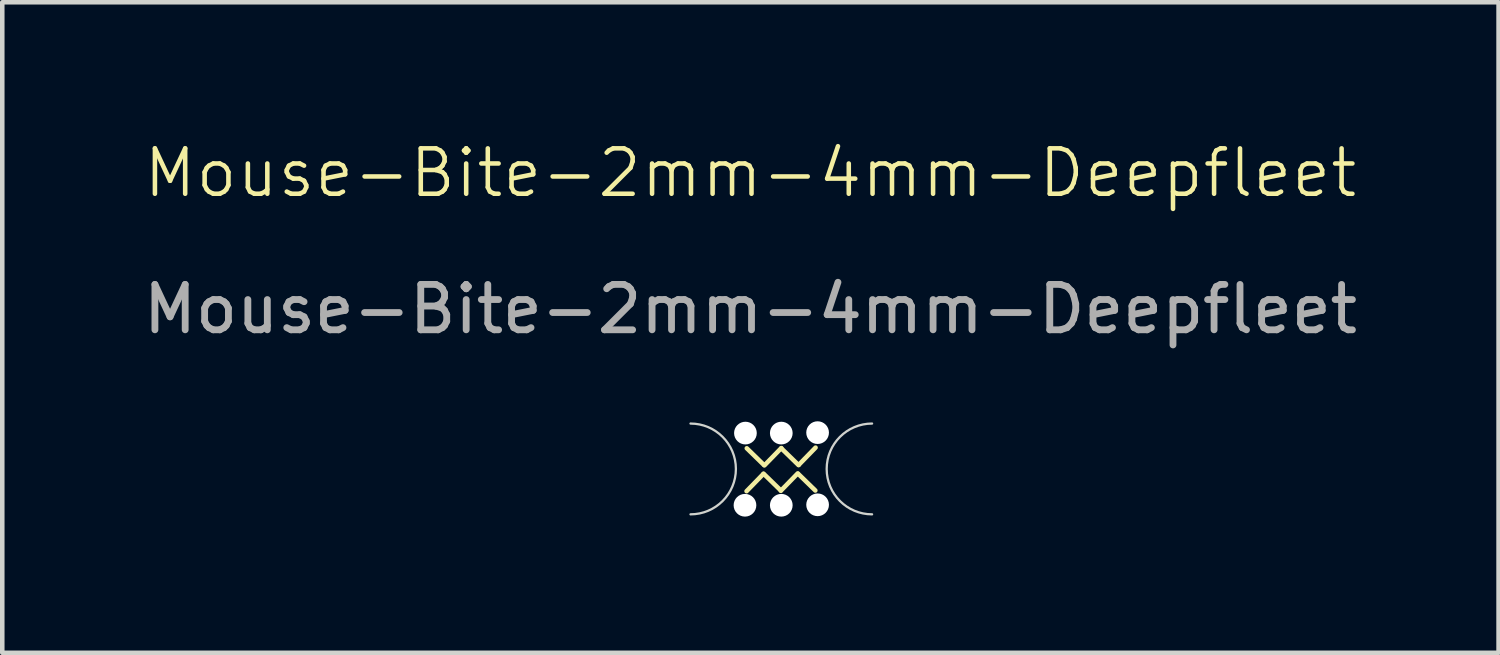
<source format=kicad_pcb>
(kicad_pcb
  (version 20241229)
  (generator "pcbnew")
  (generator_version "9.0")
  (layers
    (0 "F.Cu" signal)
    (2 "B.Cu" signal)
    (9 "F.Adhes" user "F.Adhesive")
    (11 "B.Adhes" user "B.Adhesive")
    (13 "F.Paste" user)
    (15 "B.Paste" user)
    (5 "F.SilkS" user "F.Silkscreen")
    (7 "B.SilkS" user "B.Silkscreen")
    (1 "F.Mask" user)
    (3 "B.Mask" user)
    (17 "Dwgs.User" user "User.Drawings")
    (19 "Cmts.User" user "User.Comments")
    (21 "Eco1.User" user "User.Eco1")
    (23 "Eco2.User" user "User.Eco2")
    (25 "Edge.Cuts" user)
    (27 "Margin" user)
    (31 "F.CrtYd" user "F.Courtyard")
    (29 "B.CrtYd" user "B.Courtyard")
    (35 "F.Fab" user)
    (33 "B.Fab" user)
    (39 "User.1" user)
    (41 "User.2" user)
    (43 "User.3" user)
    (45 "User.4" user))
  (footprint "Mouse-Bite-2mm-4mm-Deepfleet"
    (layer "F.Cu")
    (at 14.162 7.261)
    (property "Reference" "Mouse-Bite-2mm-4mm-Deepfleet" (at -0.68 -6.5 0) (unlocked yes) (layer "F.SilkS") (effects (font (size 1 1) (thickness 0.1))))
    (attr smd allow_soldermask_bridges)
    (fp_line (start -0.765 0.51) (end -0.395 0.13) (stroke (width 0.1) (type default)) (layer "F.SilkS"))
    (fp_line (start -0.39 0.125) (end -0.01 0.495) (stroke (width 0.1) (type default)) (layer "F.SilkS"))
    (fp_line (start -0.38 -0.065) (end -0.76 -0.435) (stroke (width 0.1) (type default)) (layer "F.SilkS"))
    (fp_line (start -0.37 -0.06) (end 0 -0.44) (stroke (width 0.1) (type default)) (layer "F.SilkS"))
    (fp_line (start 0.36 0.12) (end -0.01 0.5) (stroke (width 0.1) (type default)) (layer "F.SilkS"))
    (fp_line (start 0.37 0.125) (end 0.75 0.495) (stroke (width 0.1) (type default)) (layer "F.SilkS"))
    (fp_line (start 0.38 -0.065) (end 0 -0.435) (stroke (width 0.1) (type default)) (layer "F.SilkS"))
    (fp_line (start 0.755 -0.45) (end 0.385 -0.07) (stroke (width 0.1) (type default)) (layer "F.SilkS"))
    (fp_arc (start -2 -0.98) (mid -1 0.02) (end -2 1.02) (stroke (width 0.05) (type default)) (layer "Edge.Cuts"))
    (fp_arc (start 2 1.02) (mid 1 0.02) (end 2 -0.98) (stroke (width 0.05) (type default)) (layer "Edge.Cuts"))
    (fp_text user "${REFERENCE}" (at -0.68 -3.5 0) (unlocked yes) (layer "F.Fab") (effects (font (size 1 1) (thickness 0.15))))
    (pad "" np_thru_hole circle (at -0.8 0.82) (size 0.5 0.5) (drill 0.5) (layers "*.Cu" "*.Mask"))
    (pad "" np_thru_hole circle (at -0.79 -0.77) (size 0.5 0.5) (drill 0.5) (layers "*.Cu" "*.Mask"))
    (pad "" np_thru_hole circle (at 0 -0.77) (size 0.5 0.5) (drill 0.5) (layers "*.Cu" "*.Mask"))
    (pad "" np_thru_hole circle (at 0 0.82) (size 0.5 0.5) (drill 0.5) (layers "*.Cu" "*.Mask"))
    (pad "" np_thru_hole circle (at 0.8 -0.78) (size 0.5 0.5) (drill 0.5) (layers "*.Cu" "*.Mask"))
    (pad "" np_thru_hole circle (at 0.8 0.81) (size 0.5 0.5) (drill 0.5) (layers "*.Cu" "*.Mask")))
  (gr_rect
    (start -3 -3)
    (end 29.964 11.331)
    (stroke (width 0.1) (type default))
    (fill no)
    (layer "Edge.Cuts")))
</source>
